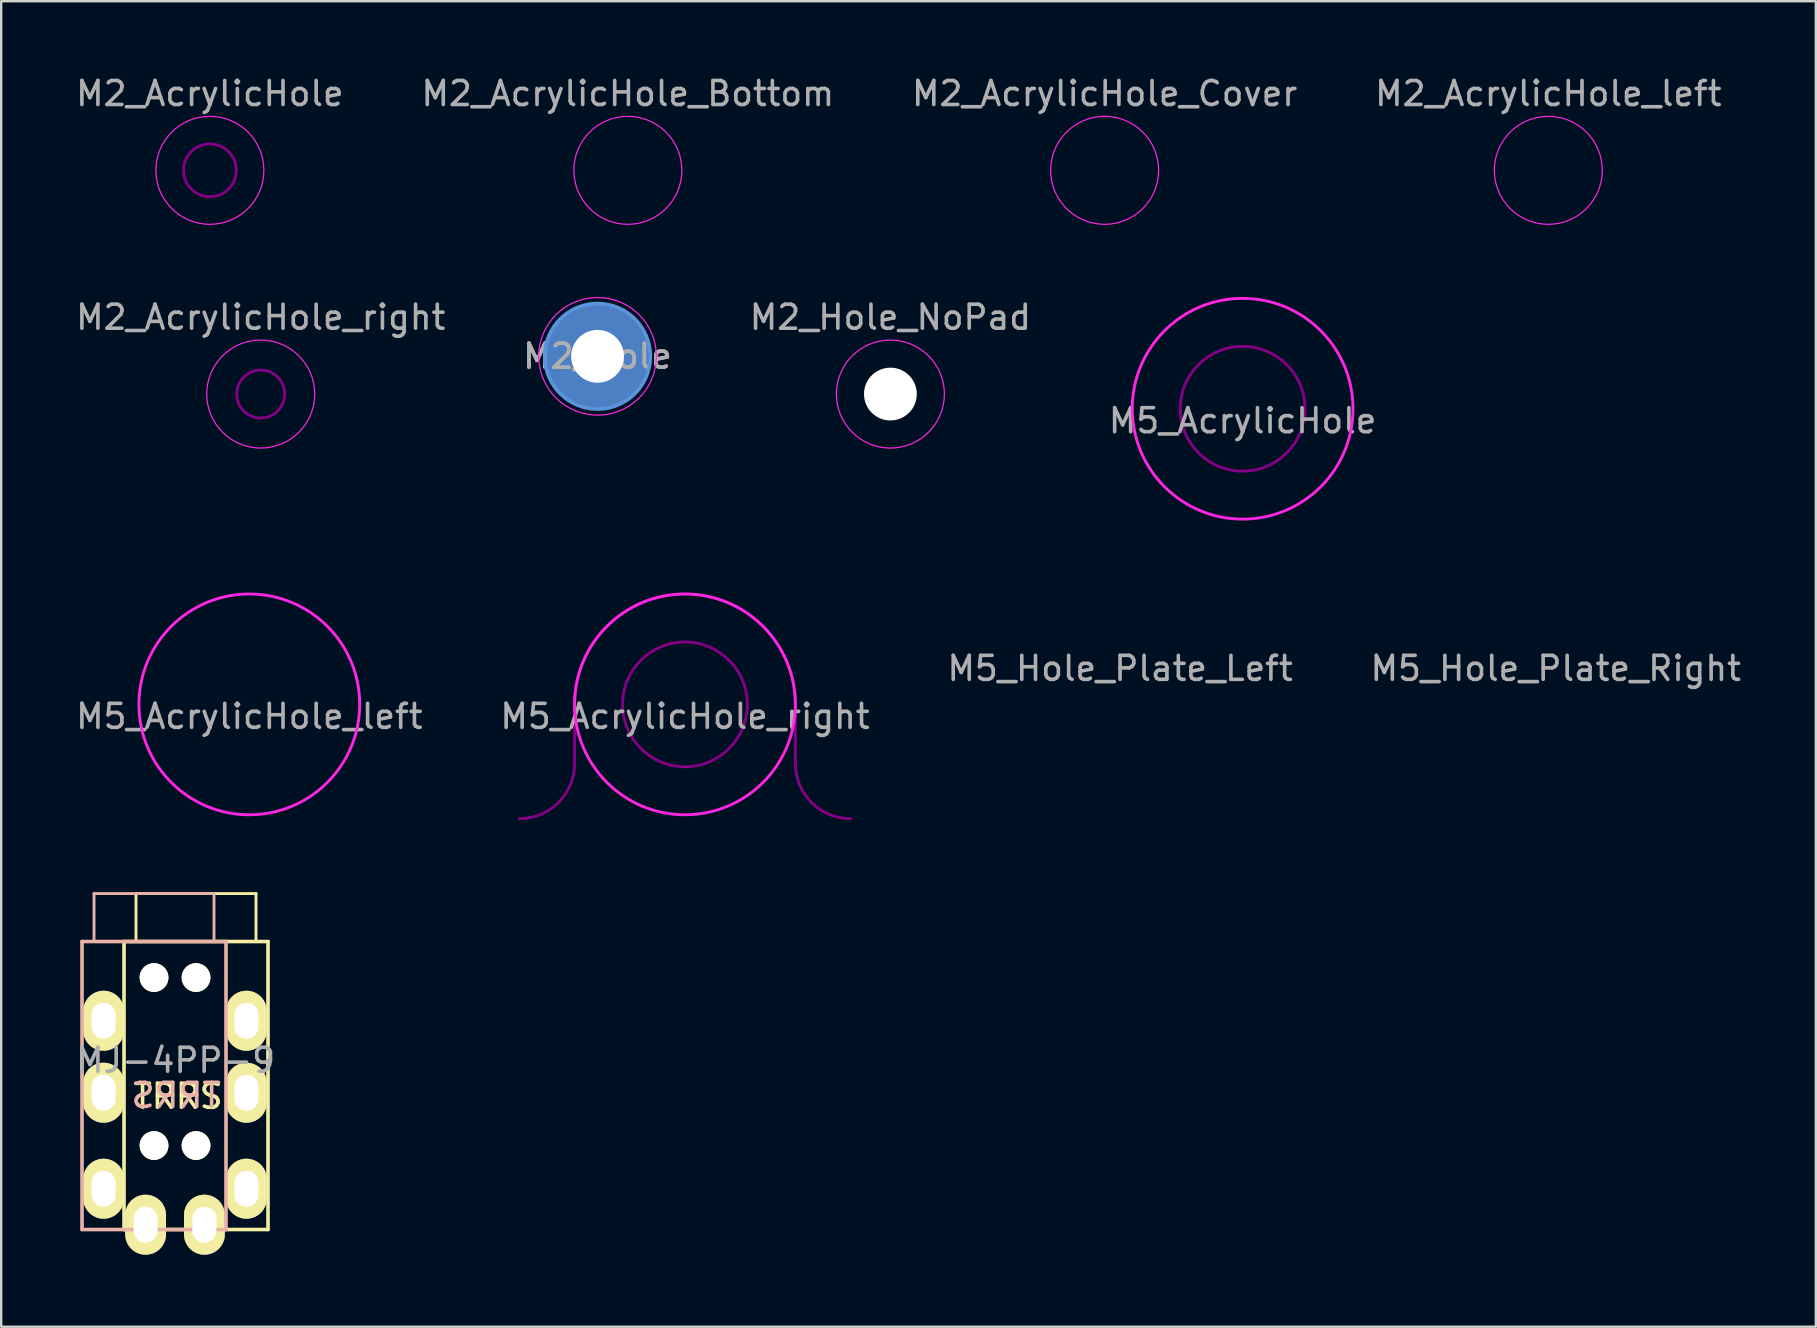
<source format=kicad_pcb>
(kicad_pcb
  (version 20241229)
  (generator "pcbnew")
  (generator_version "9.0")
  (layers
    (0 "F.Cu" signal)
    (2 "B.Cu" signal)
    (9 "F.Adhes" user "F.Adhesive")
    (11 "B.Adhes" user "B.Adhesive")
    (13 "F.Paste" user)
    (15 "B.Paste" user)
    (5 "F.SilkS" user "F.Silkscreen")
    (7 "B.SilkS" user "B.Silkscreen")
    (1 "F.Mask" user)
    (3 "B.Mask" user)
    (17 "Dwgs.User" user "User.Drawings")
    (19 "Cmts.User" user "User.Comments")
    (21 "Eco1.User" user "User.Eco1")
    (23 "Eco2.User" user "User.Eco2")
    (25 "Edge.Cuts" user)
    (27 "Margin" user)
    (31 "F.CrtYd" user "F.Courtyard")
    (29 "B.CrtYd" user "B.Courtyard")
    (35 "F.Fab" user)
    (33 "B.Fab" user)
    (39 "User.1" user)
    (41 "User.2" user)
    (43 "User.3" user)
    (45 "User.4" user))
  (footprint "MJ-4PP-9"
    (layer "F.Cu")
    (at 5.118 42.186)
    (property "Reference" "MJ-4PP-9" (at -0.85 -1.05 0) (layer "F.Fab") (effects (font (size 1 1) (thickness 0.15))))
    (attr through_hole)
    (fp_line (start -3 -6) (end 3 -6) (stroke (width 0.15) (type solid)) (layer "F.SilkS"))
    (fp_line (start -3 6) (end -3 -6) (stroke (width 0.15) (type solid)) (layer "F.SilkS"))
    (fp_line (start -2.5 -8) (end 2.5 -8) (stroke (width 0.12) (type solid)) (layer "F.SilkS"))
    (fp_line (start -2.5 -6) (end -2.5 -8) (stroke (width 0.12) (type solid)) (layer "F.SilkS"))
    (fp_line (start 2.5 -8) (end 2.5 -6) (stroke (width 0.12) (type solid)) (layer "F.SilkS"))
    (fp_line (start 3 -6) (end 3 6) (stroke (width 0.15) (type solid)) (layer "F.SilkS"))
    (fp_line (start 3 6) (end -3 6) (stroke (width 0.15) (type solid)) (layer "F.SilkS"))
    (fp_line (start -4.75 -6) (end 1.25 -6) (stroke (width 0.15) (type solid)) (layer "B.SilkS"))
    (fp_line (start -4.75 6) (end -4.75 -6) (stroke (width 0.15) (type solid)) (layer "B.SilkS"))
    (fp_line (start -4.25 -8) (end -4.25 -6) (stroke (width 0.12) (type solid)) (layer "B.SilkS"))
    (fp_line (start 0.75 -8) (end -4.25 -8) (stroke (width 0.12) (type solid)) (layer "B.SilkS"))
    (fp_line (start 0.75 -6) (end 0.75 -8) (stroke (width 0.12) (type solid)) (layer "B.SilkS"))
    (fp_line (start 1.25 -6) (end 1.25 6) (stroke (width 0.15) (type solid)) (layer "B.SilkS"))
    (fp_line (start 1.25 6) (end -4.75 6) (stroke (width 0.15) (type solid)) (layer "B.SilkS"))
    (fp_text user "TRRS" (at -0.75 0.45 0) (layer "F.SilkS") (effects (font (size 1 1) (thickness 0.15))))
    (fp_text user "TRRS" (at -0.826 0.413 0) (layer "B.SilkS") (effects (font (size 1 1) (thickness 0.15)) (justify mirror)))
    (pad "" np_thru_hole circle (at -1.75 -4.5) (size 1.2 1.2) (drill 1.2) (layers "*.Cu" "*.Mask" "F.SilkS"))
    (pad "" np_thru_hole circle (at -1.75 2.5) (size 1.2 1.2) (drill 1.2) (layers "*.Cu" "*.Mask" "F.SilkS"))
    (pad "" np_thru_hole circle (at 0 -4.5) (size 1.2 1.2) (drill 1.2) (layers "*.Cu" "*.Mask" "F.SilkS"))
    (pad "" np_thru_hole circle (at 0 2.5) (size 1.2 1.2) (drill 1.2) (layers "*.Cu" "*.Mask" "F.SilkS"))
    (pad "A" thru_hole oval (at -2.1 5.8) (size 1.7 2.5) (drill oval 1 1.5) (layers "*.Cu" "*.Mask" "F.SilkS"))
    (pad "A" thru_hole oval (at 0.35 5.8) (size 1.7 2.5) (drill oval 1 1.5) (layers "*.Cu" "*.Mask" "F.SilkS"))
    (pad "B" thru_hole oval (at -3.85 -2.7) (size 1.7 2.5) (drill oval 1 1.5) (layers "*.Cu" "*.Mask" "F.SilkS"))
    (pad "B" thru_hole oval (at 2.1 -2.7) (size 1.7 2.5) (drill oval 1 1.5) (layers "*.Cu" "*.Mask" "F.SilkS"))
    (pad "C" thru_hole oval (at -3.85 0.3) (size 1.7 2.5) (drill oval 1 1.5) (layers "*.Cu" "*.Mask" "F.SilkS"))
    (pad "C" thru_hole oval (at 2.1 0.3) (size 1.7 2.5) (drill oval 1 1.5) (layers "*.Cu" "*.Mask" "F.SilkS"))
    (pad "D" thru_hole oval (at -3.85 4.3) (size 1.7 2.5) (drill oval 1 1.5) (layers "*.Cu" "*.Mask" "F.SilkS"))
    (pad "D" thru_hole oval (at 2.1 4.3) (size 1.7 2.5) (drill oval 1 1.5) (layers "*.Cu" "*.Mask" "F.SilkS")))
  (footprint "M5_AcrylicHole"
    (layer "F.Cu")
    (at 48.732 13.983)
    (property "Reference" "M5_AcrylicHole" (at 0 0.5 0) (layer "F.Fab") (effects (font (size 1 1) (thickness 0.15))))
    (attr through_hole)
    (fp_circle (center 0 0) (end 2.6 0) (stroke (width 0.12) (type solid)) (fill no) (layer "F.Adhes"))
    (fp_circle (center 0 0) (end 2.6 0) (stroke (width 0.12) (type solid)) (fill no) (layer "B.Adhes"))
    (fp_circle (center 0 0) (end 2.6 0) (stroke (width 0.12) (type solid)) (fill no) (layer "Eco1.User"))
    (fp_circle (center 0 0) (end 2.6 0) (stroke (width 0.12) (type solid)) (fill no) (layer "Eco2.User"))
    (fp_circle (center 0 0) (end 4.6 0) (stroke (width 0.12) (type solid)) (fill no) (layer "F.CrtYd")))
  (footprint "M5_AcrylicHole_right"
    (layer "F.Cu")
    (at 25.494 26.303)
    (property "Reference" "M5_AcrylicHole_right" (at 0 0.5 0) (layer "F.Fab") (effects (font (size 1 1) (thickness 0.15))))
    (attr through_hole)
    (fp_line (start -4.6 0) (end -4.6 2.462) (stroke (width 0.12) (type solid)) (layer "F.Adhes"))
    (fp_line (start 4.6 0) (end 4.6 2.462) (stroke (width 0.12) (type solid)) (layer "F.Adhes"))
    (fp_arc (start -4.6 0) (mid 0 -4.6) (end 4.6 0) (stroke (width 0.12) (type solid)) (layer "F.Adhes"))
    (fp_arc (start -4.6 2.4625) (mid -5.273654 4.088846) (end -6.9 4.7625) (stroke (width 0.12) (type solid)) (layer "F.Adhes"))
    (fp_arc (start 6.9 4.7625) (mid 5.273654 4.088846) (end 4.6 2.4625) (stroke (width 0.12) (type solid)) (layer "F.Adhes"))
    (fp_circle (center 0 0) (end 2.6 0) (stroke (width 0.12) (type solid)) (fill no) (layer "F.Adhes"))
    (fp_line (start -4.6 0) (end -4.6 2.462) (stroke (width 0.12) (type solid)) (layer "B.Adhes"))
    (fp_line (start 4.6 0) (end 4.6 2.462) (stroke (width 0.12) (type solid)) (layer "B.Adhes"))
    (fp_arc (start -4.6 0) (mid 0 -4.6) (end 4.6 0) (stroke (width 0.12) (type solid)) (layer "B.Adhes"))
    (fp_arc (start -4.6 2.4625) (mid -5.273654 4.088846) (end -6.9 4.7625) (stroke (width 0.12) (type solid)) (layer "B.Adhes"))
    (fp_arc (start 6.9 4.7625) (mid 5.273654 4.088846) (end 4.6 2.4625) (stroke (width 0.12) (type solid)) (layer "B.Adhes"))
    (fp_circle (center 0 0) (end 2.6 0) (stroke (width 0.12) (type solid)) (fill no) (layer "B.Adhes"))
    (fp_circle (center 0 0) (end 4.6 0) (stroke (width 0.12) (type solid)) (fill no) (layer "F.CrtYd")))
  (footprint "M2_AcrylicHole_left"
    (layer "F.Cu")
    (at 61.47 4.048)
    (property "Reference" "M2_AcrylicHole_left" (at 0 -3.2 0) (layer "F.Fab") (effects (font (size 1 1) (thickness 0.15))))
    (attr exclude_from_pos_files exclude_from_bom)
    (fp_circle (center 0 0) (end 1 0) (stroke (width 0.12) (type solid)) (fill no) (layer "Eco1.User"))
    (fp_circle (center 0 0) (end 1 0) (stroke (width 0.12) (type solid)) (fill no) (layer "Eco2.User"))
    (fp_circle (center 0 0) (end 2.25 0) (stroke (width 0.05) (type solid)) (fill no) (layer "F.CrtYd")))
  (footprint "M2_AcrylicHole_Bottom"
    (layer "F.Cu")
    (at 23.113 4.048)
    (property "Reference" "M2_AcrylicHole_Bottom" (at 0 -3.2 0) (layer "F.Fab") (effects (font (size 1 1) (thickness 0.15))))
    (attr exclude_from_pos_files exclude_from_bom)
    (fp_circle (center 0 0) (end 1.1 0) (stroke (width 0.12) (type solid)) (fill no) (layer "Eco1.User"))
    (fp_circle (center 0 0) (end 2.25 0) (stroke (width 0.05) (type solid)) (fill no) (layer "F.CrtYd")))
  (footprint "M2_Hole_NoPad"
    (layer "F.Cu")
    (at 34.054 13.371)
    (property "Reference" "M2_Hole_NoPad" (at 0 -3.2 0) (layer "F.Fab") (effects (font (size 1 1) (thickness 0.15))))
    (attr exclude_from_pos_files exclude_from_bom)
    (fp_circle (center 0 0) (end 2.25 0) (stroke (width 0.05) (type solid)) (fill no) (layer "F.CrtYd"))
    (pad "" np_thru_hole circle (at 0 0) (size 2.2 2.2) (drill 2.2) (layers "*.Cu" "*.Mask")))
  (footprint "M2_AcrylicHole"
    (layer "F.Cu")
    (at 5.696 4.048)
    (property "Reference" "M2_AcrylicHole" (at 0 -3.2 0) (layer "F.Fab") (effects (font (size 1 1) (thickness 0.15))))
    (attr exclude_from_pos_files exclude_from_bom)
    (fp_circle (center 0 0) (end 1.1 0) (stroke (width 0.12) (type solid)) (fill no) (layer "F.Adhes"))
    (fp_circle (center 0 0) (end 1.1 0) (stroke (width 0.12) (type solid)) (fill no) (layer "B.Adhes"))
    (fp_circle (center 0 0) (end 1.1 0) (stroke (width 0.12) (type solid)) (fill no) (layer "Eco1.User"))
    (fp_circle (center 0 0) (end 1.1 0) (stroke (width 0.12) (type solid)) (fill no) (layer "Eco2.User"))
    (fp_circle (center 0 0) (end 2.25 0) (stroke (width 0.05) (type solid)) (fill no) (layer "F.CrtYd")))
  (footprint "M2_Hole"
    (layer "F.Cu")
    (at 21.851 11.798)
    (property "Reference" "M2_Hole" (at 0 0 0) (layer "F.Fab") (effects (font (size 1 1) (thickness 0.15))))
    (attr exclude_from_pos_files exclude_from_bom)
    (fp_circle (center 0 0) (end 2.2 0) (stroke (width 0.15) (type solid)) (fill no) (layer "Cmts.User"))
    (fp_circle (center 0 0) (end 1.1 0) (stroke (width 0.001) (type solid)) (fill no) (layer "Eco1.User"))
    (fp_circle (center 0 0) (end 1.1 0) (stroke (width 0.001) (type solid)) (fill no) (layer "Eco2.User"))
    (fp_circle (center 0 0) (end 2.45 0) (stroke (width 0.05) (type solid)) (fill no) (layer "F.CrtYd"))
    (fp_text user "${REFERENCE}" (at 0 0 0) (layer "F.Fab") (effects (font (size 1 1) (thickness 0.15))))
    (pad "" thru_hole circle (at 0 0) (size 4.4 4.4) (drill 2.2) (layers "*.Cu" "*.Mask")))
  (footprint "M5_Hole_Plate_Left"
    (layer "F.Cu")
    (at 43.625 24.303)
    (property "Reference" "M5_Hole_Plate_Left" (at 0 0.5 0) (layer "F.Fab") (effects (font (size 1 1) (thickness 0.15))))
    (attr through_hole)
    (fp_circle (center 0 0) (end 2.6 0) (stroke (width 0.12) (type solid)) (fill no) (layer "Eco1.User")))
  (footprint "M2_AcrylicHole_right"
    (layer "F.Cu")
    (at 7.815 13.371)
    (property "Reference" "M2_AcrylicHole_right" (at 0 -3.2 0) (layer "F.Fab") (effects (font (size 1 1) (thickness 0.15))))
    (attr exclude_from_pos_files exclude_from_bom)
    (fp_circle (center 0 0) (end 1 0) (stroke (width 0.12) (type solid)) (fill no) (layer "F.Adhes"))
    (fp_circle (center 0 0) (end 1 0) (stroke (width 0.12) (type solid)) (fill no) (layer "B.Adhes"))
    (fp_circle (center 0 0) (end 2.25 0) (stroke (width 0.05) (type solid)) (fill no) (layer "F.CrtYd")))
  (footprint "M5_AcrylicHole_left"
    (layer "F.Cu")
    (at 7.339 26.303)
    (property "Reference" "M5_AcrylicHole_left" (at 0 0.5 0) (layer "F.Fab") (effects (font (size 1 1) (thickness 0.15))))
    (attr through_hole)
    (fp_line (start -4.6 0) (end -4.6 2.462) (stroke (width 0.12) (type solid)) (layer "Eco1.User"))
    (fp_line (start 4.6 0) (end 4.6 2.462) (stroke (width 0.12) (type solid)) (layer "Eco1.User"))
    (fp_arc (start -4.6 0) (mid 0 -4.6) (end 4.6 0) (stroke (width 0.12) (type solid)) (layer "Eco1.User"))
    (fp_arc (start -4.6 2.4625) (mid -5.273654 4.088846) (end -6.9 4.7625) (stroke (width 0.12) (type solid)) (layer "Eco1.User"))
    (fp_arc (start 6.9 4.7625) (mid 5.273654 4.088846) (end 4.6 2.4625) (stroke (width 0.12) (type solid)) (layer "Eco1.User"))
    (fp_circle (center 0 0) (end 2.6 0) (stroke (width 0.12) (type solid)) (fill no) (layer "Eco1.User"))
    (fp_line (start -4.6 0) (end -4.6 2.462) (stroke (width 0.12) (type solid)) (layer "Eco2.User"))
    (fp_line (start 4.6 0) (end 4.6 2.462) (stroke (width 0.12) (type solid)) (layer "Eco2.User"))
    (fp_arc (start -4.6 0) (mid 0 -4.6) (end 4.6 0) (stroke (width 0.12) (type solid)) (layer "Eco2.User"))
    (fp_arc (start -4.6 2.4625) (mid -5.273654 4.088846) (end -6.9 4.7625) (stroke (width 0.12) (type solid)) (layer "Eco2.User"))
    (fp_arc (start 6.9 4.7625) (mid 5.273654 4.088846) (end 4.6 2.4625) (stroke (width 0.12) (type solid)) (layer "Eco2.User"))
    (fp_circle (center 0 0) (end 2.6 0) (stroke (width 0.12) (type solid)) (fill no) (layer "Eco2.User"))
    (fp_circle (center 0 0) (end 4.6 0) (stroke (width 0.12) (type solid)) (fill no) (layer "F.CrtYd")))
  (footprint "M5_Hole_Plate_Right"
    (layer "F.Cu")
    (at 61.78 24.303)
    (property "Reference" "M5_Hole_Plate_Right" (at 0 0.5 0) (layer "F.Fab") (effects (font (size 1 1) (thickness 0.15))))
    (attr through_hole)
    (fp_circle (center 0 0) (end 2.6 0) (stroke (width 0.12) (type solid)) (fill no) (layer "Eco2.User")))
  (footprint "M2_AcrylicHole_Cover"
    (layer "F.Cu")
    (at 42.982 4.048)
    (property "Reference" "M2_AcrylicHole_Cover" (at 0 -3.2 0) (layer "F.Fab") (effects (font (size 1 1) (thickness 0.15))))
    (attr exclude_from_pos_files exclude_from_bom)
    (fp_circle (center 0 0) (end 1.1 0) (stroke (width 0.12) (type solid)) (fill no) (layer "B.Paste"))
    (fp_circle (center 0 0) (end 2.25 0) (stroke (width 0.05) (type solid)) (fill no) (layer "F.CrtYd")))
  (gr_rect
    (start -3 -3)
    (end 72.619 52.236)
    (stroke (width 0.1) (type default))
    (fill no)
    (layer "Edge.Cuts")))
</source>
